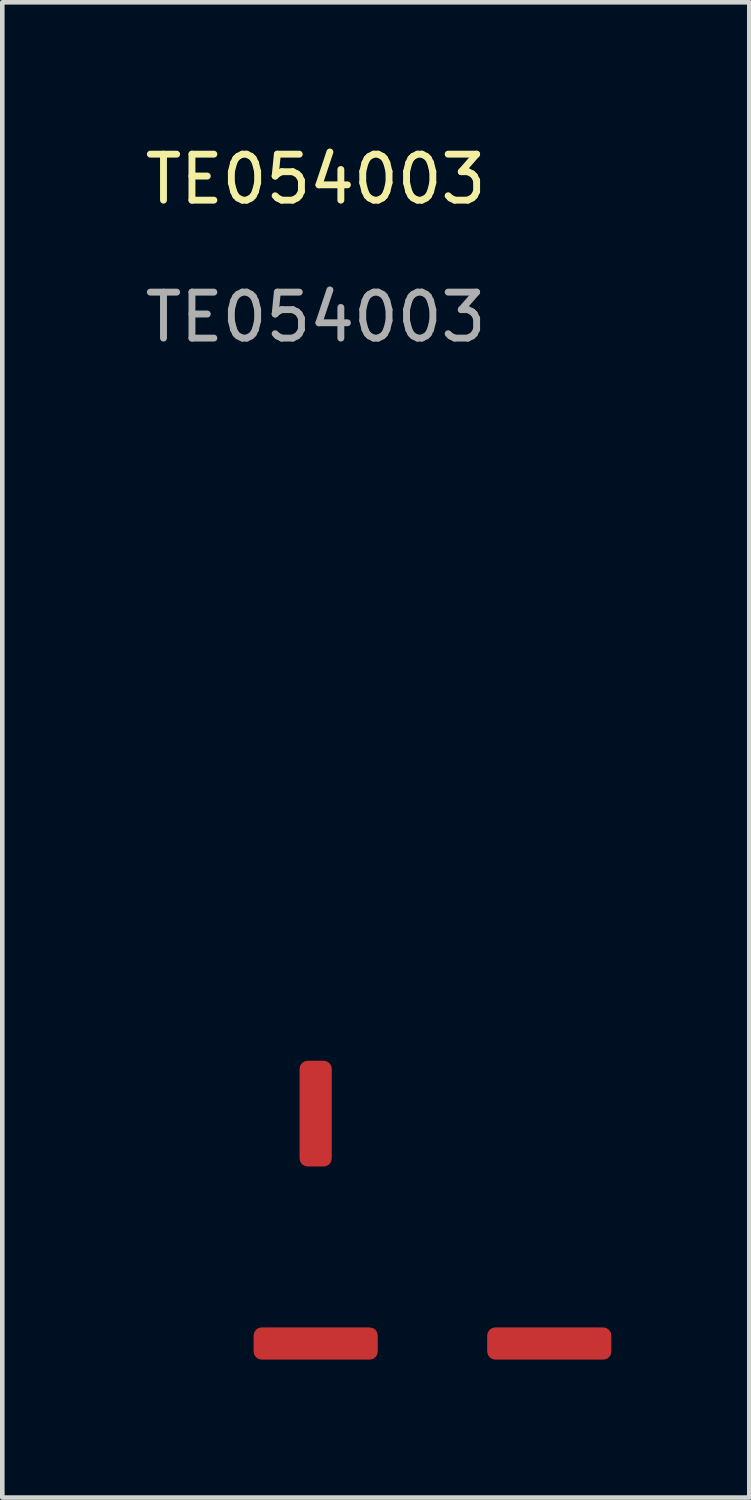
<source format=kicad_pcb>
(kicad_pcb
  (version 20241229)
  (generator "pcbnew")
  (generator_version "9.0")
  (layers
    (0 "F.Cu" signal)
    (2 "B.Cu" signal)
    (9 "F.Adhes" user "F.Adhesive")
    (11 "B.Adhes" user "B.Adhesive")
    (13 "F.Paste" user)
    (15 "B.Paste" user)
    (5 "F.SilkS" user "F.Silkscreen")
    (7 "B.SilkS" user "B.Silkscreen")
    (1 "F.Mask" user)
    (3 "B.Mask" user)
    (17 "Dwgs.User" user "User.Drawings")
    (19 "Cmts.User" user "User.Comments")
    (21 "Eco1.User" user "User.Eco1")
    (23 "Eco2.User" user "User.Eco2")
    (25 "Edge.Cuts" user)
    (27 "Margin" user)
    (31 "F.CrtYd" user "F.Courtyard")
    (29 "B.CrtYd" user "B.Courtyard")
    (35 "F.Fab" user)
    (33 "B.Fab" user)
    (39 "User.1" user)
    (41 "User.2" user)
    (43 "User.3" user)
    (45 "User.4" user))
  (footprint "TE054003"
    (layer "F.Cu")
    (at 3.815 21.168)
    (property "Reference" "TE054003" (at 0 -20.32 0) (unlocked yes) (layer "F.SilkS") (effects (font (size 1 1) (thickness 0.15))))
    (attr smd)
    (fp_text user "${REFERENCE}" (at 0 -17.32 0) (unlocked yes) (layer "F.Fab") (effects (font (size 1 1) (thickness 0.15))))
    (pad "1" smd roundrect (at 0 0) (size 0.7 2.3) (layers "F.Cu" "F.Mask" "F.Paste") (roundrect_rratio 0.25))
    (pad "2" smd roundrect (at 0 5) (size 2.7 0.7) (layers "F.Cu" "F.Mask" "F.Paste") (roundrect_rratio 0.25))
    (pad "3" smd roundrect (at 5.08 5) (size 2.7 0.7) (layers "F.Cu" "F.Mask" "F.Paste") (roundrect_rratio 0.25)))
  (gr_rect
    (start -3 -3)
    (end 13.245 29.518)
    (stroke (width 0.1) (type default))
    (fill no)
    (layer "Edge.Cuts")))
</source>
